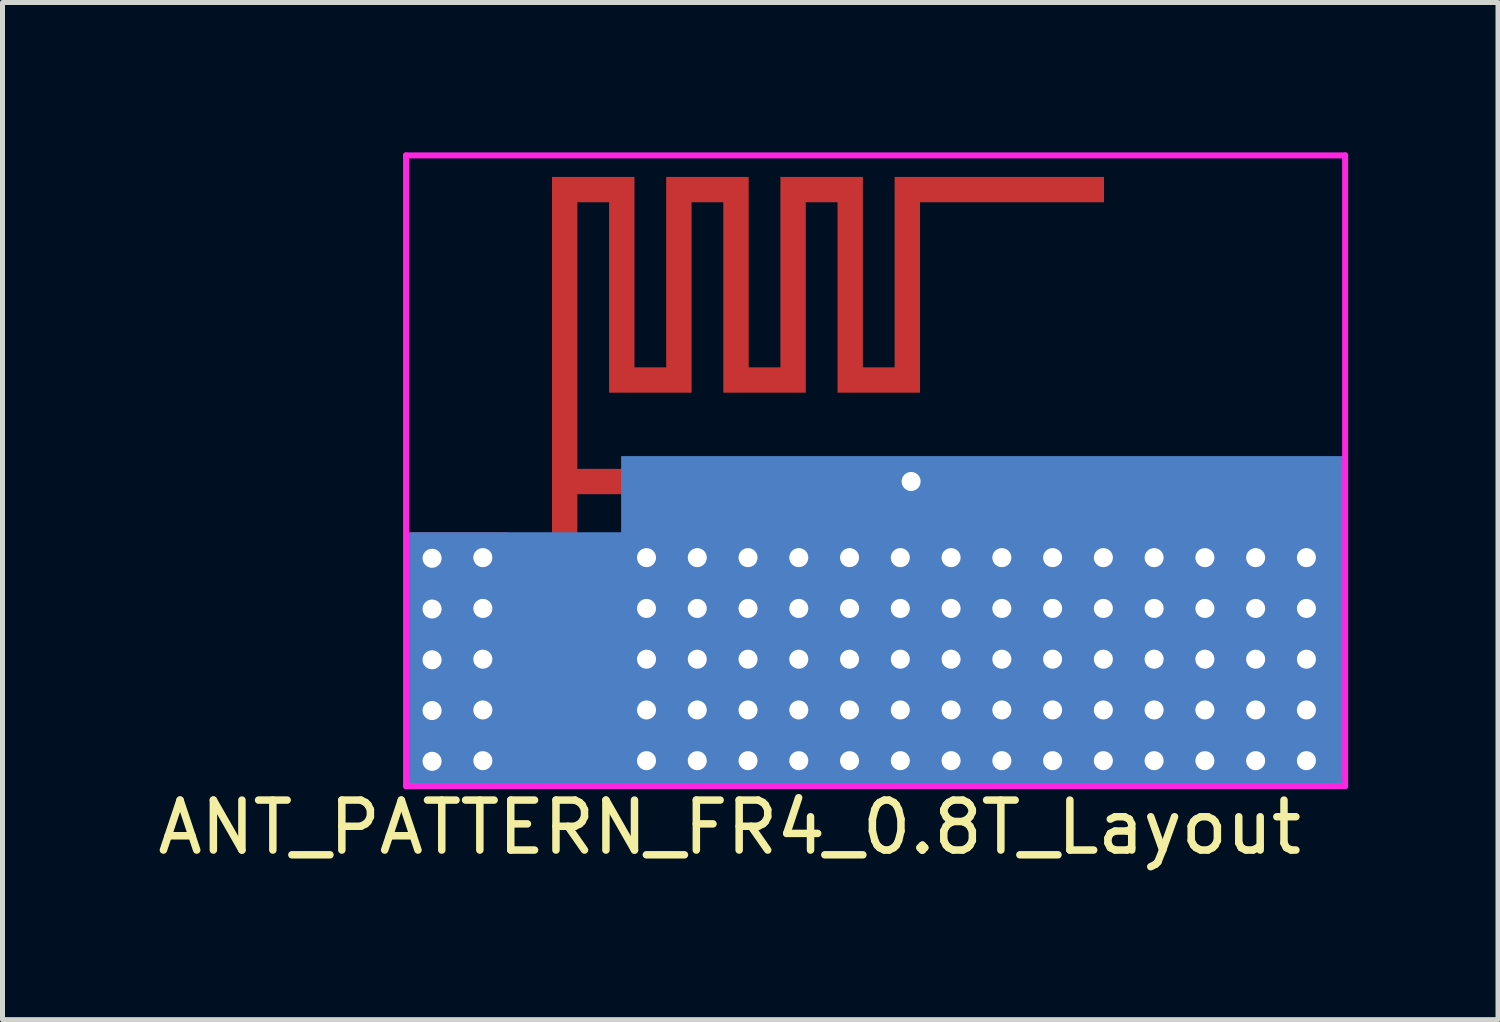
<source format=kicad_pcb>
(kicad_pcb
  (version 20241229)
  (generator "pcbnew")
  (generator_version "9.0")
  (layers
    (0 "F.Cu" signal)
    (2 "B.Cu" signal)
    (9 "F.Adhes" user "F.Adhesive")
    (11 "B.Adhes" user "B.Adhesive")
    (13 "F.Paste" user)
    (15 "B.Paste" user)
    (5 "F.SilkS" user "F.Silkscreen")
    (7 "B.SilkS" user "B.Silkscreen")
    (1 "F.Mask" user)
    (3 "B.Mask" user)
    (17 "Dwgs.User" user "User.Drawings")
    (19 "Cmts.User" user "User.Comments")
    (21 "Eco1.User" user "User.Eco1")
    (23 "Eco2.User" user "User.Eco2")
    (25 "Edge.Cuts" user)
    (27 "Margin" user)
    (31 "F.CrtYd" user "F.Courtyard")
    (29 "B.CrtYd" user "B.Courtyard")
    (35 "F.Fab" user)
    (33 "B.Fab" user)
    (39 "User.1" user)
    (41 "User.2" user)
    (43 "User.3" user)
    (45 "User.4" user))
  (footprint "ANT_PATTERN_FR4_0.8T_Layout"
    (layer "F.Cu")
    (at 8.252 12.747)
    (property "Reference" "ANT_PATTERN_FR4_0.8T_Layout" (at 3.302 0.762 0) (layer "F.SilkS") (effects (font (size 1 1) (thickness 0.15))))
    (attr through_hole)
    (fp_poly (pts (xy -1.13 -0.064) (xy -3.175 -0.064) (xy -3.175 -5.144) (xy -1.13 -5.144)) (stroke (width 0) (type solid)) (fill yes) (layer "F.Cu"))
    (fp_poly (pts (xy 15.621 -5.144) (xy 15.621 -0.064) (xy 1.13 -0.064) (xy 1.13 -5.144)) (stroke (width 0) (type solid)) (fill yes) (layer "F.Cu"))
    (fp_poly (pts (xy 0.559 -4.128) (xy 0.559 -0.064) (xy -0.559 -0.064) (xy -0.559 -4.128) (xy -0.254 -5.144) (xy -0.254 -12.255) (xy 1.397 -12.255) (xy 1.397 -8.445) (xy 2.032 -8.445) (xy 2.032 -12.255) (xy 3.683 -12.255) (xy 3.683 -8.445) (xy 4.318 -8.445) (xy 4.318 -12.255) (xy 5.969 -12.255) (xy 5.969 -8.445) (xy 6.604 -8.445) (xy 6.604 -12.255) (xy 10.795 -12.255) (xy 10.795 -11.748) (xy 7.112 -11.748) (xy 7.112 -7.938) (xy 5.461 -7.938) (xy 5.461 -11.748) (xy 4.826 -11.748) (xy 4.826 -7.938) (xy 3.175 -7.938) (xy 3.175 -11.748) (xy 2.54 -11.748) (xy 2.54 -7.938) (xy 0.889 -7.938) (xy 0.889 -11.748) (xy 0.254 -11.748) (xy 0.254 -6.413) (xy 7.188 -6.413) (xy 7.188 -5.905) (xy 0.254 -5.905) (xy 0.254 -5.144)) (stroke (width 0) (type solid)) (fill yes) (layer "F.Cu"))
    (fp_poly (pts (xy 0.559 -4.128) (xy 0.559 -0.064) (xy -0.559 -0.051) (xy -0.559 -4.115) (xy -0.254 -5.144) (xy -0.254 -12.255) (xy 1.397 -12.255) (xy 1.397 -8.445) (xy 2.032 -8.445) (xy 2.032 -12.255) (xy 3.683 -12.255) (xy 3.683 -8.445) (xy 4.318 -8.445) (xy 4.318 -12.255) (xy 5.969 -12.255) (xy 5.969 -8.445) (xy 6.604 -8.445) (xy 6.604 -12.255) (xy 10.795 -12.255) (xy 10.795 -11.748) (xy 7.112 -11.748) (xy 7.112 -7.938) (xy 5.461 -7.938) (xy 5.461 -11.748) (xy 4.826 -11.748) (xy 4.826 -7.938) (xy 3.175 -7.938) (xy 3.175 -11.748) (xy 2.54 -11.748) (xy 2.54 -7.938) (xy 0.889 -7.938) (xy 0.889 -11.748) (xy 0.254 -11.748) (xy 0.254 -6.413) (xy 7.188 -6.413) (xy 7.188 -5.905) (xy 0.254 -5.905) (xy 0.254 -5.144)) (stroke (width 0) (type solid)) (fill yes) (layer "F.Mask"))
    (fp_poly (pts (xy 15.621 -0.064) (xy -3.175 -0.064) (xy -3.175 -5.144) (xy 1.13 -5.144) (xy 1.13 -6.668) (xy 15.621 -6.668) (xy 15.621 -5.144)) (stroke (width 0) (type solid)) (fill yes) (layer "B.Cu"))
    (fp_line (start -3.175 -12.687) (end 15.621 -12.687) (stroke (width 0.12) (type solid)) (layer "F.CrtYd"))
    (fp_line (start -3.175 -0.064) (end -3.175 -12.687) (stroke (width 0.12) (type solid)) (layer "F.CrtYd"))
    (fp_line (start 15.621 -12.687) (end 15.621 -0.064) (stroke (width 0.12) (type solid)) (layer "F.CrtYd"))
    (fp_line (start 15.621 -0.064) (end -3.175 -0.064) (stroke (width 0.12) (type solid)) (layer "F.CrtYd"))
    (pad "" np_thru_hole circle (at -2.654 -4.623) (size 0.635 0.635) (drill 0.381) (layers "*.Cu" "*.Mask"))
    (pad "" np_thru_hole circle (at -2.654 -3.607) (size 0.635 0.635) (drill 0.381) (layers "*.Cu" "*.Mask"))
    (pad "" np_thru_hole circle (at -2.654 -2.591) (size 0.635 0.635) (drill 0.381) (layers "*.Cu" "*.Mask"))
    (pad "" np_thru_hole circle (at -2.654 -1.575) (size 0.635 0.635) (drill 0.381) (layers "*.Cu" "*.Mask"))
    (pad "" np_thru_hole circle (at -2.654 -0.559) (size 0.635 0.635) (drill 0.381) (layers "*.Cu" "*.Mask"))
    (pad "" np_thru_hole circle (at -1.638 -4.636) (size 0.635 0.635) (drill 0.381) (layers "*.Cu" "*.Mask"))
    (pad "" np_thru_hole circle (at -1.638 -3.619) (size 0.635 0.635) (drill 0.381) (layers "*.Cu" "*.Mask"))
    (pad "" np_thru_hole circle (at -1.638 -2.603) (size 0.635 0.635) (drill 0.381) (layers "*.Cu" "*.Mask"))
    (pad "" np_thru_hole circle (at -1.638 -1.587) (size 0.635 0.635) (drill 0.381) (layers "*.Cu" "*.Mask"))
    (pad "" np_thru_hole circle (at -1.638 -0.572) (size 0.635 0.635) (drill 0.381) (layers "*.Cu" "*.Mask"))
    (pad "" np_thru_hole circle (at 1.638 -4.636) (size 0.635 0.635) (drill 0.381) (layers "*.Cu" "*.Mask"))
    (pad "" np_thru_hole circle (at 1.638 -3.619) (size 0.635 0.635) (drill 0.381) (layers "*.Cu" "*.Mask"))
    (pad "" np_thru_hole circle (at 1.638 -2.603) (size 0.635 0.635) (drill 0.381) (layers "*.Cu" "*.Mask"))
    (pad "" np_thru_hole circle (at 1.638 -1.587) (size 0.635 0.635) (drill 0.381) (layers "*.Cu" "*.Mask"))
    (pad "" np_thru_hole circle (at 1.638 -0.572) (size 0.635 0.635) (drill 0.381) (layers "*.Cu" "*.Mask"))
    (pad "" np_thru_hole circle (at 2.654 -4.636) (size 0.635 0.635) (drill 0.381) (layers "*.Cu" "*.Mask"))
    (pad "" np_thru_hole circle (at 2.654 -3.619) (size 0.635 0.635) (drill 0.381) (layers "*.Cu" "*.Mask"))
    (pad "" np_thru_hole circle (at 2.654 -2.603) (size 0.635 0.635) (drill 0.381) (layers "*.Cu" "*.Mask"))
    (pad "" np_thru_hole circle (at 2.654 -1.587) (size 0.635 0.635) (drill 0.381) (layers "*.Cu" "*.Mask"))
    (pad "" np_thru_hole circle (at 2.654 -0.572) (size 0.635 0.635) (drill 0.381) (layers "*.Cu" "*.Mask"))
    (pad "" np_thru_hole circle (at 3.67 -4.636) (size 0.635 0.635) (drill 0.381) (layers "*.Cu" "*.Mask"))
    (pad "" np_thru_hole circle (at 3.67 -3.619) (size 0.635 0.635) (drill 0.381) (layers "*.Cu" "*.Mask"))
    (pad "" np_thru_hole circle (at 3.67 -2.603) (size 0.635 0.635) (drill 0.381) (layers "*.Cu" "*.Mask"))
    (pad "" np_thru_hole circle (at 3.67 -1.587) (size 0.635 0.635) (drill 0.381) (layers "*.Cu" "*.Mask"))
    (pad "" np_thru_hole circle (at 3.67 -0.572) (size 0.635 0.635) (drill 0.381) (layers "*.Cu" "*.Mask"))
    (pad "" np_thru_hole circle (at 4.686 -4.636) (size 0.635 0.635) (drill 0.381) (layers "*.Cu" "*.Mask"))
    (pad "" np_thru_hole circle (at 4.686 -3.619) (size 0.635 0.635) (drill 0.381) (layers "*.Cu" "*.Mask"))
    (pad "" np_thru_hole circle (at 4.686 -2.603) (size 0.635 0.635) (drill 0.381) (layers "*.Cu" "*.Mask"))
    (pad "" np_thru_hole circle (at 4.686 -1.587) (size 0.635 0.635) (drill 0.381) (layers "*.Cu" "*.Mask"))
    (pad "" np_thru_hole circle (at 4.686 -0.572) (size 0.635 0.635) (drill 0.381) (layers "*.Cu" "*.Mask"))
    (pad "" np_thru_hole circle (at 5.702 -4.636) (size 0.635 0.635) (drill 0.381) (layers "*.Cu" "*.Mask"))
    (pad "" np_thru_hole circle (at 5.702 -3.619) (size 0.635 0.635) (drill 0.381) (layers "*.Cu" "*.Mask"))
    (pad "" np_thru_hole circle (at 5.702 -2.603) (size 0.635 0.635) (drill 0.381) (layers "*.Cu" "*.Mask"))
    (pad "" np_thru_hole circle (at 5.702 -1.587) (size 0.635 0.635) (drill 0.381) (layers "*.Cu" "*.Mask"))
    (pad "" np_thru_hole circle (at 5.702 -0.572) (size 0.635 0.635) (drill 0.381) (layers "*.Cu" "*.Mask"))
    (pad "" np_thru_hole circle (at 6.718 -4.636) (size 0.635 0.635) (drill 0.381) (layers "*.Cu" "*.Mask"))
    (pad "" np_thru_hole circle (at 6.718 -3.619) (size 0.635 0.635) (drill 0.381) (layers "*.Cu" "*.Mask"))
    (pad "" np_thru_hole circle (at 6.718 -2.603) (size 0.635 0.635) (drill 0.381) (layers "*.Cu" "*.Mask"))
    (pad "" np_thru_hole circle (at 6.718 -1.587) (size 0.635 0.635) (drill 0.381) (layers "*.Cu" "*.Mask"))
    (pad "" np_thru_hole circle (at 6.718 -0.572) (size 0.635 0.635) (drill 0.381) (layers "*.Cu" "*.Mask"))
    (pad "" np_thru_hole circle (at 6.934 -6.16) (size 0.635 0.635) (drill 0.381) (layers "*.Cu" "*.Mask"))
    (pad "" np_thru_hole circle (at 7.734 -4.636) (size 0.635 0.635) (drill 0.381) (layers "*.Cu" "*.Mask"))
    (pad "" np_thru_hole circle (at 7.734 -3.619) (size 0.635 0.635) (drill 0.381) (layers "*.Cu" "*.Mask"))
    (pad "" np_thru_hole circle (at 7.734 -2.603) (size 0.635 0.635) (drill 0.381) (layers "*.Cu" "*.Mask"))
    (pad "" np_thru_hole circle (at 7.734 -1.587) (size 0.635 0.635) (drill 0.381) (layers "*.Cu" "*.Mask"))
    (pad "" np_thru_hole circle (at 7.734 -0.572) (size 0.635 0.635) (drill 0.381) (layers "*.Cu" "*.Mask"))
    (pad "" np_thru_hole circle (at 8.75 -4.636) (size 0.635 0.635) (drill 0.381) (layers "*.Cu" "*.Mask"))
    (pad "" np_thru_hole circle (at 8.75 -3.619) (size 0.635 0.635) (drill 0.381) (layers "*.Cu" "*.Mask"))
    (pad "" np_thru_hole circle (at 8.75 -2.603) (size 0.635 0.635) (drill 0.381) (layers "*.Cu" "*.Mask"))
    (pad "" np_thru_hole circle (at 8.75 -1.587) (size 0.635 0.635) (drill 0.381) (layers "*.Cu" "*.Mask"))
    (pad "" np_thru_hole circle (at 8.75 -0.572) (size 0.635 0.635) (drill 0.381) (layers "*.Cu" "*.Mask"))
    (pad "" np_thru_hole circle (at 9.766 -4.636) (size 0.635 0.635) (drill 0.381) (layers "*.Cu" "*.Mask"))
    (pad "" np_thru_hole circle (at 9.766 -3.619) (size 0.635 0.635) (drill 0.381) (layers "*.Cu" "*.Mask"))
    (pad "" np_thru_hole circle (at 9.766 -2.603) (size 0.635 0.635) (drill 0.381) (layers "*.Cu" "*.Mask"))
    (pad "" np_thru_hole circle (at 9.766 -1.587) (size 0.635 0.635) (drill 0.381) (layers "*.Cu" "*.Mask"))
    (pad "" np_thru_hole circle (at 9.766 -0.572) (size 0.635 0.635) (drill 0.381) (layers "*.Cu" "*.Mask"))
    (pad "" np_thru_hole circle (at 10.782 -4.636) (size 0.635 0.635) (drill 0.381) (layers "*.Cu" "*.Mask"))
    (pad "" np_thru_hole circle (at 10.782 -3.619) (size 0.635 0.635) (drill 0.381) (layers "*.Cu" "*.Mask"))
    (pad "" np_thru_hole circle (at 10.782 -2.603) (size 0.635 0.635) (drill 0.381) (layers "*.Cu" "*.Mask"))
    (pad "" np_thru_hole circle (at 10.782 -1.587) (size 0.635 0.635) (drill 0.381) (layers "*.Cu" "*.Mask"))
    (pad "" np_thru_hole circle (at 10.782 -0.572) (size 0.635 0.635) (drill 0.381) (layers "*.Cu" "*.Mask"))
    (pad "" np_thru_hole circle (at 11.798 -4.636) (size 0.635 0.635) (drill 0.381) (layers "*.Cu" "*.Mask"))
    (pad "" np_thru_hole circle (at 11.798 -3.619) (size 0.635 0.635) (drill 0.381) (layers "*.Cu" "*.Mask"))
    (pad "" np_thru_hole circle (at 11.798 -2.603) (size 0.635 0.635) (drill 0.381) (layers "*.Cu" "*.Mask"))
    (pad "" np_thru_hole circle (at 11.798 -1.587) (size 0.635 0.635) (drill 0.381) (layers "*.Cu" "*.Mask"))
    (pad "" np_thru_hole circle (at 11.798 -0.572) (size 0.635 0.635) (drill 0.381) (layers "*.Cu" "*.Mask"))
    (pad "" np_thru_hole circle (at 12.814 -4.636) (size 0.635 0.635) (drill 0.381) (layers "*.Cu" "*.Mask"))
    (pad "" np_thru_hole circle (at 12.814 -3.619) (size 0.635 0.635) (drill 0.381) (layers "*.Cu" "*.Mask"))
    (pad "" np_thru_hole circle (at 12.814 -2.603) (size 0.635 0.635) (drill 0.381) (layers "*.Cu" "*.Mask"))
    (pad "" np_thru_hole circle (at 12.814 -1.587) (size 0.635 0.635) (drill 0.381) (layers "*.Cu" "*.Mask"))
    (pad "" np_thru_hole circle (at 12.814 -0.572) (size 0.635 0.635) (drill 0.381) (layers "*.Cu" "*.Mask"))
    (pad "" np_thru_hole circle (at 13.83 -4.636) (size 0.635 0.635) (drill 0.381) (layers "*.Cu" "*.Mask"))
    (pad "" np_thru_hole circle (at 13.83 -3.619) (size 0.635 0.635) (drill 0.381) (layers "*.Cu" "*.Mask"))
    (pad "" np_thru_hole circle (at 13.83 -2.603) (size 0.635 0.635) (drill 0.381) (layers "*.Cu" "*.Mask"))
    (pad "" np_thru_hole circle (at 13.83 -1.587) (size 0.635 0.635) (drill 0.381) (layers "*.Cu" "*.Mask"))
    (pad "" np_thru_hole circle (at 13.83 -0.572) (size 0.635 0.635) (drill 0.381) (layers "*.Cu" "*.Mask"))
    (pad "" np_thru_hole circle (at 14.846 -4.636) (size 0.635 0.635) (drill 0.381) (layers "*.Cu" "*.Mask"))
    (pad "" np_thru_hole circle (at 14.846 -3.619) (size 0.635 0.635) (drill 0.381) (layers "*.Cu" "*.Mask"))
    (pad "" np_thru_hole circle (at 14.846 -2.603) (size 0.635 0.635) (drill 0.381) (layers "*.Cu" "*.Mask"))
    (pad "" np_thru_hole circle (at 14.846 -1.587) (size 0.635 0.635) (drill 0.381) (layers "*.Cu" "*.Mask"))
    (pad "" np_thru_hole circle (at 14.846 -0.572) (size 0.635 0.635) (drill 0.381) (layers "*.Cu" "*.Mask"))
    (pad "1" connect trapezoid (at 0 -0.889) (size 1.118 1.651) (layers "F.Cu" "F.Mask")))
  (gr_rect
    (start -3 -3)
    (end 26.933 17.358)
    (stroke (width 0.1) (type default))
    (fill no)
    (layer "Edge.Cuts")))
</source>
